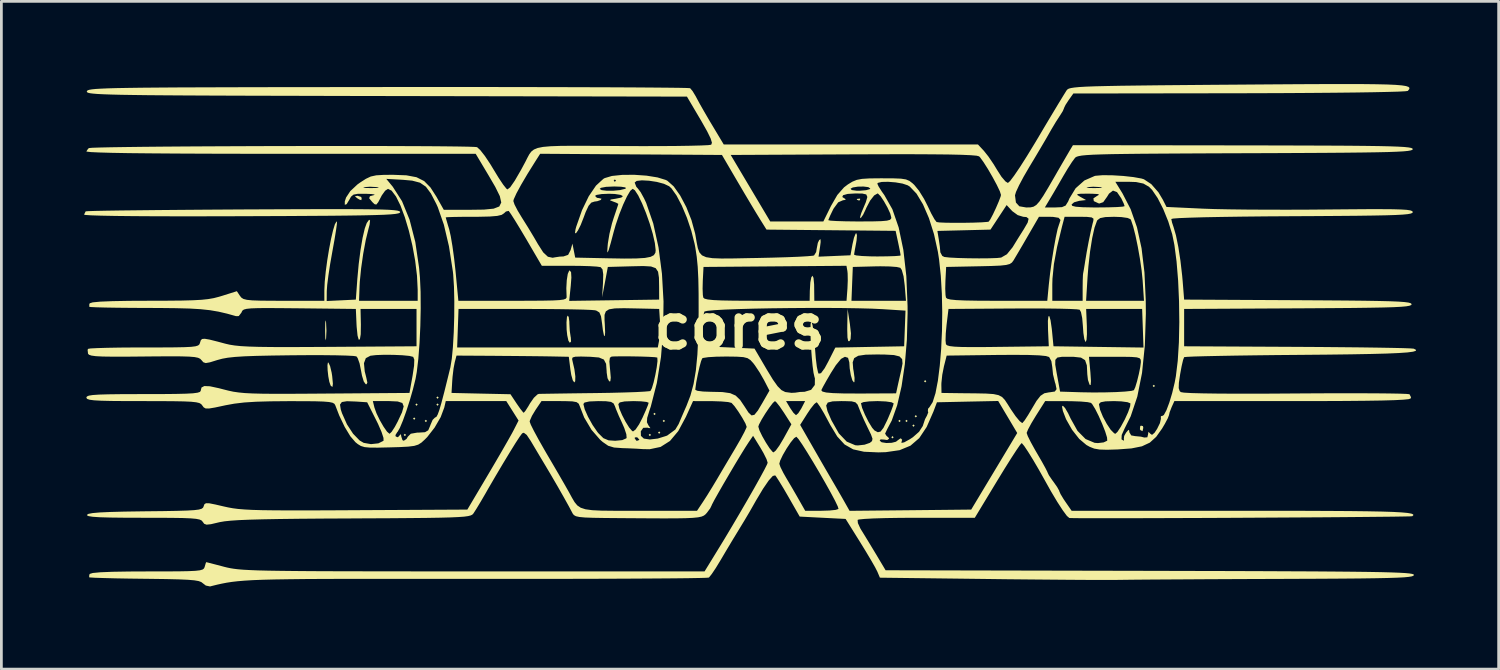
<source format=kicad_pcb>
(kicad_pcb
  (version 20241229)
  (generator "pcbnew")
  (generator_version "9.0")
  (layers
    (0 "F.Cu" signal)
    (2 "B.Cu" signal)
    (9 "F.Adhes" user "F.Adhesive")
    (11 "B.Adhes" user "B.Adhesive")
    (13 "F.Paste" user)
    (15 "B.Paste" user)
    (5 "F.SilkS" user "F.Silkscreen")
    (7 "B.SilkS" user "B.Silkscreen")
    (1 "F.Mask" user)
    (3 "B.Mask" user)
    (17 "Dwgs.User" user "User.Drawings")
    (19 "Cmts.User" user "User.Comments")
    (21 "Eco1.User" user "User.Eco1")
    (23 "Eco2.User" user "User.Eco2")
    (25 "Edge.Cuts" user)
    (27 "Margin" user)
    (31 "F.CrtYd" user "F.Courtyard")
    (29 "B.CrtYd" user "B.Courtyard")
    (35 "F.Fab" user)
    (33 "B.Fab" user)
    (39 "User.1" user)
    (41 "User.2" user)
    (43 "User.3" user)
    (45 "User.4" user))
  (footprint "cores"
    (layer "F.Cu")
    (at 23.791 8.796)
    (property "Reference" "cores" (at 0 0 0) (layer "F.SilkS") (effects (font (size 1.524 1.524) (thickness 0.3))))
    (attr board_only exclude_from_pos_files exclude_from_bom)
    (fp_poly (pts (xy -12.107 3.937) (xy -12.15 3.979) (xy -12.192 3.937) (xy -12.15 3.895)) (stroke (width 0) (type solid)) (fill yes) (layer "F.SilkS"))
    (fp_poly (pts (xy -11.769 3.344) (xy -11.811 3.387) (xy -11.853 3.344) (xy -11.811 3.302)) (stroke (width 0) (type solid)) (fill yes) (layer "F.SilkS"))
    (fp_poly (pts (xy -11.684 2.836) (xy -11.726 2.879) (xy -11.769 2.836) (xy -11.726 2.794)) (stroke (width 0) (type solid)) (fill yes) (layer "F.SilkS"))
    (fp_poly (pts (xy -11.345 3.429) (xy -11.388 3.471) (xy -11.43 3.429) (xy -11.388 3.387)) (stroke (width 0) (type solid)) (fill yes) (layer "F.SilkS"))
    (fp_poly (pts (xy -10.922 2.582) (xy -10.964 2.625) (xy -11.007 2.582) (xy -10.964 2.54)) (stroke (width 0) (type solid)) (fill yes) (layer "F.SilkS"))
    (fp_poly (pts (xy -10.922 2.836) (xy -10.964 2.879) (xy -11.007 2.836) (xy -10.964 2.794)) (stroke (width 0) (type solid)) (fill yes) (layer "F.SilkS"))
    (fp_poly (pts (xy -3.217 3.937) (xy -3.26 3.979) (xy -3.302 3.937) (xy -3.26 3.895)) (stroke (width 0) (type solid)) (fill yes) (layer "F.SilkS"))
    (fp_poly (pts (xy -3.048 3.175) (xy -3.09 3.217) (xy -3.133 3.175) (xy -3.09 3.133)) (stroke (width 0) (type solid)) (fill yes) (layer "F.SilkS"))
    (fp_poly (pts (xy -2.879 3.852) (xy -2.921 3.895) (xy -2.963 3.852) (xy -2.921 3.81)) (stroke (width 0) (type solid)) (fill yes) (layer "F.SilkS"))
    (fp_poly (pts (xy -2.709 3.429) (xy -2.752 3.471) (xy -2.794 3.429) (xy -2.752 3.387)) (stroke (width 0) (type solid)) (fill yes) (layer "F.SilkS"))
    (fp_poly (pts (xy 5.588 4.022) (xy 5.546 4.064) (xy 5.503 4.022) (xy 5.546 3.979)) (stroke (width 0) (type solid)) (fill yes) (layer "F.SilkS"))
    (fp_poly (pts (xy 5.842 3.429) (xy 5.8 3.471) (xy 5.757 3.429) (xy 5.8 3.387)) (stroke (width 0) (type solid)) (fill yes) (layer "F.SilkS"))
    (fp_poly (pts (xy 6.096 3.429) (xy 6.054 3.471) (xy 6.011 3.429) (xy 6.054 3.387)) (stroke (width 0) (type solid)) (fill yes) (layer "F.SilkS"))
    (fp_poly (pts (xy 6.35 3.598) (xy 6.308 3.641) (xy 6.265 3.598) (xy 6.308 3.556)) (stroke (width 0) (type solid)) (fill yes) (layer "F.SilkS"))
    (fp_poly (pts (xy 6.435 3.26) (xy 6.392 3.302) (xy 6.35 3.26) (xy 6.392 3.217)) (stroke (width 0) (type solid)) (fill yes) (layer "F.SilkS"))
    (fp_poly (pts (xy 6.773 1.99) (xy 6.731 2.032) (xy 6.689 1.99) (xy 6.731 1.947)) (stroke (width 0) (type solid)) (fill yes) (layer "F.SilkS"))
    (fp_poly (pts (xy 15.071 2.159) (xy 15.028 2.201) (xy 14.986 2.159) (xy 15.028 2.117)) (stroke (width 0) (type solid)) (fill yes) (layer "F.SilkS"))
    (fp_poly (pts (xy 4.374 -4.628) (xy 4.363 -4.578) (xy 4.318 -4.572) (xy 4.248 -4.603) (xy 4.262 -4.628) (xy 4.362 -4.639)) (stroke (width 0) (type solid)) (fill yes) (layer "F.SilkS"))
    (fp_poly (pts (xy 14.635 3.618) (xy 14.647 3.678) (xy 14.619 3.8) (xy 14.546 3.764) (xy 14.524 3.731) (xy 14.535 3.622) (xy 14.561 3.599)) (stroke (width 0) (type solid)) (fill yes) (layer "F.SilkS"))
    (fp_poly (pts (xy -13.739 -4.701) (xy -13.716 -4.657) (xy -13.729 -4.583) (xy -13.802 -4.605) (xy -13.885 -4.657) (xy -13.963 -4.722) (xy -13.883 -4.74) (xy -13.864 -4.74)) (stroke (width 0) (type solid)) (fill yes) (layer "F.SilkS"))
    (fp_poly (pts (xy 3.999 -0.097) (xy 4.038 0.249) (xy 4.026 0.458) (xy 3.988 0.533) (xy 3.939 0.534) (xy 3.912 0.403) (xy 3.904 0.125) (xy 3.905 -0.004) (xy 3.916 -0.635)) (stroke (width 0) (type solid)) (fill yes) (layer "F.SilkS"))
    (fp_poly (pts (xy -15.013 -0.182) (xy -15.009 -0.146) (xy -14.995 0.153) (xy -15.008 0.437) (xy -15.01 0.446) (xy -15.026 0.505) (xy -15.037 0.414) (xy -15.043 0.193) (xy -15.043 0.127) (xy -15.039 -0.113) (xy -15.028 -0.222)) (stroke (width 0) (type solid)) (fill yes) (layer "F.SilkS"))
    (fp_poly (pts (xy -14.922 1.312) (xy -14.862 1.442) (xy -14.807 1.673) (xy -14.787 1.799) (xy -14.761 2.077) (xy -14.776 2.195) (xy -14.832 2.158) (xy -14.846 2.138) (xy -14.891 2.008) (xy -14.928 1.809) (xy -14.952 1.591) (xy -14.958 1.407) (xy -14.942 1.311)) (stroke (width 0) (type solid)) (fill yes) (layer "F.SilkS"))
    (fp_poly (pts (xy -6.204 -0.346) (xy -6.181 -0.177) (xy -6.18 -0.111) (xy -6.165 0.158) (xy -6.132 0.384) (xy -6.127 0.402) (xy -6.119 0.549) (xy -6.163 0.593) (xy -6.215 0.516) (xy -6.258 0.318) (xy -6.279 0.119) (xy -6.284 -0.147) (xy -6.268 -0.336) (xy -6.244 -0.394)) (stroke (width 0) (type solid)) (fill yes) (layer "F.SilkS"))
    (fp_poly (pts (xy -14.378 -4.257) (xy -13.811 -4.255) (xy -13.356 -4.25) (xy -13 -4.243) (xy -12.734 -4.233) (xy -12.544 -4.219) (xy -12.42 -4.203) (xy -12.349 -4.182) (xy -12.321 -4.159) (xy -12.319 -4.149) (xy -12.335 -4.123) (xy -12.389 -4.102) (xy -12.494 -4.083) (xy -12.661 -4.067) (xy -12.901 -4.053) (xy -13.226 -4.042) (xy -13.648 -4.032) (xy -14.177 -4.024) (xy -14.825 -4.017) (xy -15.603 -4.012) (xy -16.524 -4.006) (xy -17.598 -4.002) (xy -18.055 -4) (xy -19.223 -3.997) (xy -20.274 -3.996) (xy -21.201 -3.998) (xy -21.998 -4.003) (xy -22.657 -4.01) (xy -23.172 -4.02) (xy -23.537 -4.032) (xy -23.744 -4.046) (xy -23.791 -4.058) (xy -23.735 -4.172) (xy -23.728 -4.177) (xy -23.634 -4.184) (xy -23.386 -4.192) (xy -22.996 -4.2) (xy -22.479 -4.208) (xy -21.849 -4.215) (xy -21.12 -4.223) (xy -20.305 -4.23) (xy -19.42 -4.237) (xy -18.478 -4.243) (xy -17.992 -4.246) (xy -16.863 -4.251) (xy -15.892 -4.255) (xy -15.068 -4.257)) (stroke (width 0) (type solid)) (fill yes) (layer "F.SilkS"))
    (fp_poly (pts (xy 22.585 -8.795) (xy 23.094 -8.789) (xy 23.497 -8.78) (xy 23.806 -8.766) (xy 24.03 -8.747) (xy 24.181 -8.723) (xy 24.269 -8.693) (xy 24.305 -8.657) (xy 24.299 -8.615) (xy 24.262 -8.566) (xy 24.244 -8.546) (xy 24.148 -8.534) (xy 23.897 -8.521) (xy 23.502 -8.51) (xy 22.977 -8.499) (xy 22.335 -8.489) (xy 21.589 -8.481) (xy 20.752 -8.474) (xy 19.837 -8.468) (xy 18.857 -8.464) (xy 18.139 -8.462) (xy 12.109 -8.453) (xy 11.939 -8.214) (xy 11.824 -8.038) (xy 11.769 -7.923) (xy 11.769 -7.916) (xy 11.725 -7.813) (xy 11.618 -7.642) (xy 11.611 -7.633) (xy 11.474 -7.421) (xy 11.31 -7.147) (xy 11.242 -7.027) (xy 11.111 -6.798) (xy 10.919 -6.471) (xy 10.695 -6.094) (xy 10.511 -5.788) (xy 10.306 -5.436) (xy 10.139 -5.122) (xy 10.028 -4.883) (xy 9.991 -4.758) (xy 10.025 -4.496) (xy 10.149 -4.36) (xy 10.394 -4.318) (xy 10.422 -4.318) (xy 10.555 -4.321) (xy 10.663 -4.345) (xy 10.765 -4.408) (xy 10.877 -4.533) (xy 11.017 -4.739) (xy 11.202 -5.046) (xy 11.451 -5.476) (xy 11.515 -5.588) (xy 11.696 -5.901) (xy 11.856 -6.176) (xy 11.967 -6.366) (xy 11.987 -6.4) (xy 12.094 -6.578) (xy 18.26 -6.57) (xy 19.441 -6.568) (xy 20.463 -6.565) (xy 21.338 -6.562) (xy 22.077 -6.558) (xy 22.691 -6.552) (xy 23.191 -6.545) (xy 23.588 -6.536) (xy 23.893 -6.525) (xy 24.117 -6.512) (xy 24.271 -6.496) (xy 24.367 -6.478) (xy 24.415 -6.456) (xy 24.426 -6.435) (xy 24.411 -6.41) (xy 24.357 -6.389) (xy 24.253 -6.37) (xy 24.089 -6.354) (xy 23.853 -6.341) (xy 23.533 -6.329) (xy 23.12 -6.32) (xy 22.601 -6.312) (xy 21.965 -6.305) (xy 21.203 -6.299) (xy 20.301 -6.294) (xy 19.249 -6.289) (xy 18.364 -6.286) (xy 17.201 -6.282) (xy 16.196 -6.277) (xy 15.337 -6.272) (xy 14.612 -6.267) (xy 14.009 -6.26) (xy 13.517 -6.253) (xy 13.124 -6.243) (xy 12.818 -6.232) (xy 12.588 -6.218) (xy 12.421 -6.202) (xy 12.307 -6.182) (xy 12.233 -6.16) (xy 12.187 -6.134) (xy 12.169 -6.117) (xy 12.06 -5.969) (xy 11.904 -5.726) (xy 11.746 -5.461) (xy 11.563 -5.143) (xy 11.382 -4.833) (xy 11.265 -4.636) (xy 11.075 -4.318) (xy 11.455 -4.318) (xy 11.695 -4.329) (xy 11.829 -4.387) (xy 11.851 -4.424) (xy 12.043 -4.424) (xy 12.069 -4.376) (xy 12.197 -4.344) (xy 12.448 -4.326) (xy 12.841 -4.318) (xy 12.989 -4.318) (xy 13.374 -4.322) (xy 13.688 -4.332) (xy 13.898 -4.347) (xy 13.97 -4.365) (xy 13.935 -4.465) (xy 13.85 -4.643) (xy 13.846 -4.651) (xy 13.693 -4.875) (xy 13.547 -4.93) (xy 13.403 -4.819) (xy 13.332 -4.704) (xy 13.193 -4.51) (xy 13.053 -4.461) (xy 13.024 -4.467) (xy 12.851 -4.548) (xy 12.837 -4.648) (xy 12.97 -4.737) (xy 13.045 -4.78) (xy 12.991 -4.805) (xy 12.791 -4.816) (xy 12.658 -4.818) (xy 12.384 -4.816) (xy 12.257 -4.803) (xy 12.255 -4.769) (xy 12.356 -4.706) (xy 12.36 -4.704) (xy 12.57 -4.587) (xy 12.324 -4.558) (xy 12.136 -4.505) (xy 12.043 -4.424) (xy 11.851 -4.424) (xy 11.92 -4.535) (xy 11.966 -4.644) (xy 12.189 -5.011) (xy 12.218 -5.038) (xy 12.584 -5.038) (xy 12.68 -5.025) (xy 12.869 -5.021) (xy 13.078 -5.026) (xy 13.157 -5.04) (xy 13.102 -5.056) (xy 12.829 -5.07) (xy 12.636 -5.056) (xy 12.584 -5.038) (xy 12.218 -5.038) (xy 12.456 -5.249) (xy 13.633 -5.249) (xy 13.891 -4.83) (xy 14.188 -4.255) (xy 14.418 -3.597) (xy 14.584 -2.838) (xy 14.689 -1.962) (xy 14.736 -0.95) (xy 14.74 -0.466) (xy 14.704 0.686) (xy 14.601 1.688) (xy 14.43 2.545) (xy 14.189 3.263) (xy 13.968 3.705) (xy 13.864 3.937) (xy 13.856 4.096) (xy 13.938 4.149) (xy 13.947 4.097) (xy 13.94 4.084) (xy 13.953 3.974) (xy 14.02 3.856) (xy 14.109 3.751) (xy 14.138 3.782) (xy 14.139 3.836) (xy 14.209 3.954) (xy 14.344 3.979) (xy 14.563 4) (xy 14.683 4.031) (xy 14.794 4.023) (xy 14.818 3.925) (xy 14.833 3.824) (xy 14.891 3.88) (xy 14.895 3.888) (xy 14.964 3.935) (xy 15.055 3.858) (xy 15.148 3.718) (xy 15.251 3.508) (xy 15.288 3.345) (xy 15.283 3.319) (xy 15.287 3.247) (xy 15.319 3.256) (xy 15.392 3.215) (xy 15.487 3.04) (xy 15.591 2.763) (xy 15.695 2.418) (xy 15.786 2.037) (xy 15.829 1.808) (xy 15.897 1.247) (xy 15.939 0.578) (xy 15.954 -0.157) (xy 15.944 -0.918) (xy 15.911 -1.666) (xy 15.854 -2.358) (xy 15.776 -2.956) (xy 15.697 -3.344) (xy 15.552 -3.812) (xy 15.369 -4.263) (xy 15.168 -4.658) (xy 14.967 -4.954) (xy 14.852 -5.07) (xy 14.65 -5.185) (xy 14.387 -5.24) (xy 14.129 -5.249) (xy 13.633 -5.249) (xy 12.456 -5.249) (xy 12.51 -5.297) (xy 12.882 -5.46) (xy 12.919 -5.468) (xy 13.175 -5.489) (xy 13.529 -5.485) (xy 13.921 -5.461) (xy 14.291 -5.42) (xy 14.58 -5.368) (xy 14.669 -5.341) (xy 14.936 -5.165) (xy 15.196 -4.868) (xy 15.355 -4.602) (xy 15.489 -4.336) (xy 16.817 -4.274) (xy 17.222 -4.26) (xy 17.766 -4.249) (xy 18.417 -4.241) (xy 19.146 -4.237) (xy 19.921 -4.236) (xy 20.712 -4.239) (xy 21.286 -4.244) (xy 22.106 -4.251) (xy 22.772 -4.256) (xy 23.3 -4.256) (xy 23.705 -4.253) (xy 24.003 -4.244) (xy 24.208 -4.231) (xy 24.337 -4.211) (xy 24.404 -4.186) (xy 24.426 -4.154) (xy 24.426 -4.149) (xy 24.41 -4.12) (xy 24.352 -4.096) (xy 24.239 -4.075) (xy 24.058 -4.058) (xy 23.797 -4.044) (xy 23.441 -4.033) (xy 22.979 -4.024) (xy 22.397 -4.016) (xy 21.681 -4.01) (xy 20.819 -4.004) (xy 20.045 -4) (xy 19.096 -3.994) (xy 18.239 -3.985) (xy 17.486 -3.974) (xy 16.848 -3.962) (xy 16.335 -3.947) (xy 15.96 -3.932) (xy 15.732 -3.915) (xy 15.663 -3.899) (xy 15.691 -3.768) (xy 15.746 -3.603) (xy 15.832 -3.306) (xy 15.918 -2.884) (xy 15.995 -2.384) (xy 16.057 -1.848) (xy 16.075 -1.651) (xy 16.129 -0.974) (xy 20.256 -0.952) (xy 21.21 -0.946) (xy 22.008 -0.94) (xy 22.663 -0.933) (xy 23.189 -0.924) (xy 23.599 -0.914) (xy 23.907 -0.901) (xy 24.126 -0.885) (xy 24.269 -0.866) (xy 24.35 -0.843) (xy 24.382 -0.815) (xy 24.384 -0.804) (xy 24.366 -0.775) (xy 24.305 -0.751) (xy 24.186 -0.73) (xy 23.996 -0.713) (xy 23.722 -0.699) (xy 23.351 -0.688) (xy 22.868 -0.679) (xy 22.261 -0.671) (xy 21.517 -0.665) (xy 20.621 -0.659) (xy 20.256 -0.657) (xy 16.129 -0.635) (xy 16.129 0.72) (xy 20.235 0.741) (xy 21.056 0.746) (xy 21.827 0.753) (xy 22.531 0.76) (xy 23.152 0.769) (xy 23.672 0.778) (xy 24.075 0.787) (xy 24.343 0.797) (xy 24.46 0.807) (xy 24.462 0.807) (xy 24.542 0.849) (xy 24.536 0.885) (xy 24.436 0.916) (xy 24.231 0.943) (xy 23.913 0.965) (xy 23.473 0.984) (xy 22.9 0.999) (xy 22.185 1.012) (xy 21.32 1.023) (xy 20.303 1.032) (xy 19.484 1.039) (xy 18.716 1.048) (xy 18.017 1.058) (xy 17.404 1.069) (xy 16.892 1.08) (xy 16.498 1.091) (xy 16.239 1.103) (xy 16.131 1.114) (xy 16.129 1.115) (xy 16.09 1.219) (xy 16.038 1.442) (xy 15.984 1.734) (xy 15.938 2.048) (xy 15.932 2.238) (xy 15.967 2.343) (xy 16.009 2.383) (xy 16.123 2.402) (xy 16.398 2.418) (xy 16.826 2.429) (xy 17.397 2.437) (xy 18.104 2.44) (xy 18.938 2.44) (xy 19.891 2.434) (xy 20.169 2.432) (xy 20.982 2.427) (xy 21.745 2.424) (xy 22.44 2.425) (xy 23.05 2.427) (xy 23.559 2.432) (xy 23.949 2.439) (xy 24.205 2.449) (xy 24.307 2.46) (xy 24.307 2.46) (xy 24.363 2.57) (xy 24.348 2.615) (xy 24.274 2.639) (xy 24.08 2.658) (xy 23.758 2.675) (xy 23.302 2.688) (xy 22.705 2.697) (xy 21.959 2.704) (xy 21.057 2.708) (xy 20.032 2.709) (xy 15.775 2.709) (xy 15.677 2.925) (xy 15.604 3.111) (xy 15.579 3.22) (xy 15.537 3.331) (xy 15.43 3.533) (xy 15.33 3.703) (xy 15.115 4.006) (xy 14.884 4.216) (xy 14.597 4.35) (xy 14.218 4.426) (xy 13.722 4.463) (xy 13.331 4.475) (xy 13.061 4.467) (xy 12.866 4.433) (xy 12.7 4.367) (xy 12.582 4.301) (xy 12.321 4.08) (xy 12.062 3.75) (xy 11.844 3.366) (xy 11.729 3.069) (xy 11.697 2.907) (xy 11.729 2.877) (xy 11.809 2.962) (xy 11.918 3.148) (xy 12.013 3.348) (xy 12.26 3.79) (xy 12.552 4.085) (xy 12.879 4.223) (xy 12.998 4.233) (xy 13.208 4.208) (xy 13.335 4.148) (xy 13.339 4.142) (xy 13.331 4.029) (xy 13.264 3.812) (xy 13.156 3.537) (xy 13.029 3.249) (xy 12.901 2.995) (xy 12.801 2.832) (xy 13.039 2.832) (xy 13.079 3.026) (xy 13.181 3.275) (xy 13.319 3.532) (xy 13.464 3.75) (xy 13.591 3.878) (xy 13.636 3.895) (xy 13.71 3.825) (xy 13.831 3.641) (xy 13.971 3.384) (xy 13.972 3.383) (xy 14.095 3.114) (xy 14.17 2.901) (xy 14.18 2.791) (xy 14.075 2.749) (xy 13.851 2.719) (xy 13.584 2.709) (xy 13.274 2.718) (xy 13.103 2.75) (xy 13.041 2.812) (xy 13.039 2.832) (xy 12.801 2.832) (xy 12.793 2.82) (xy 12.749 2.774) (xy 12.628 2.747) (xy 12.382 2.725) (xy 12.052 2.713) (xy 11.872 2.711) (xy 11.087 2.709) (xy 10.751 3.239) (xy 10.588 3.509) (xy 10.468 3.731) (xy 10.415 3.86) (xy 10.415 3.867) (xy 10.455 3.98) (xy 10.564 4.199) (xy 10.721 4.483) (xy 10.795 4.61) (xy 10.965 4.903) (xy 11.096 5.14) (xy 11.168 5.283) (xy 11.176 5.307) (xy 11.223 5.402) (xy 11.34 5.574) (xy 11.388 5.638) (xy 11.52 5.826) (xy 11.594 5.959) (xy 11.599 5.98) (xy 11.644 6.083) (xy 11.756 6.268) (xy 11.823 6.367) (xy 12.046 6.689) (xy 18.21 6.689) (xy 19.425 6.689) (xy 20.48 6.691) (xy 21.386 6.695) (xy 22.153 6.7) (xy 22.79 6.708) (xy 23.306 6.718) (xy 23.713 6.731) (xy 24.02 6.748) (xy 24.237 6.768) (xy 24.374 6.792) (xy 24.44 6.82) (xy 24.446 6.852) (xy 24.406 6.887) (xy 24.316 6.892) (xy 24.073 6.897) (xy 23.694 6.903) (xy 23.194 6.908) (xy 22.589 6.914) (xy 21.896 6.92) (xy 21.131 6.926) (xy 20.311 6.931) (xy 19.45 6.936) (xy 18.567 6.941) (xy 17.677 6.946) (xy 16.795 6.95) (xy 15.94 6.953) (xy 15.125 6.956) (xy 14.369 6.958) (xy 13.687 6.959) (xy 13.095 6.959) (xy 12.61 6.959) (xy 12.247 6.957) (xy 12.024 6.954) (xy 11.963 6.951) (xy 11.875 6.876) (xy 11.725 6.673) (xy 11.526 6.367) (xy 11.295 5.98) (xy 11.053 5.547) (xy 10.849 5.184) (xy 10.648 4.841) (xy 10.467 4.549) (xy 10.326 4.338) (xy 10.242 4.237) (xy 10.233 4.233) (xy 10.172 4.302) (xy 10.04 4.494) (xy 9.85 4.786) (xy 9.617 5.157) (xy 9.357 5.582) (xy 9.353 5.588) (xy 8.533 6.943) (xy 6.431 6.943) (xy 5.831 6.946) (xy 5.3 6.954) (xy 4.858 6.967) (xy 4.526 6.985) (xy 4.328 7.005) (xy 4.28 7.02) (xy 4.29 7.135) (xy 4.376 7.324) (xy 4.409 7.38) (xy 4.54 7.592) (xy 4.721 7.889) (xy 4.916 8.212) (xy 4.942 8.255) (xy 5.296 8.848) (xy 14.882 8.869) (xy 16.374 8.873) (xy 17.705 8.876) (xy 18.885 8.88) (xy 19.922 8.885) (xy 20.825 8.889) (xy 21.604 8.895) (xy 22.266 8.901) (xy 22.821 8.908) (xy 23.278 8.916) (xy 23.645 8.926) (xy 23.932 8.937) (xy 24.147 8.949) (xy 24.299 8.963) (xy 24.398 8.979) (xy 24.451 8.996) (xy 24.469 9.016) (xy 24.469 9.017) (xy 24.452 9.044) (xy 24.395 9.068) (xy 24.285 9.087) (xy 24.11 9.104) (xy 23.856 9.117) (xy 23.512 9.128) (xy 23.066 9.137) (xy 22.505 9.145) (xy 21.816 9.151) (xy 20.987 9.156) (xy 20.007 9.16) (xy 19.579 9.162) (xy 18.655 9.165) (xy 17.758 9.169) (xy 16.906 9.173) (xy 16.119 9.178) (xy 15.415 9.182) (xy 14.812 9.186) (xy 14.329 9.19) (xy 13.985 9.194) (xy 13.843 9.196) (xy 13.582 9.199) (xy 13.173 9.199) (xy 12.638 9.198) (xy 11.998 9.194) (xy 11.276 9.188) (xy 10.494 9.181) (xy 9.671 9.173) (xy 9.043 9.165) (xy 5.089 9.117) (xy 4.996 8.897) (xy 4.915 8.739) (xy 4.765 8.477) (xy 4.568 8.147) (xy 4.374 7.832) (xy 3.845 6.985) (xy 3.012 6.943) (xy 2.179 6.9) (xy 1.775 6.193) (xy 1.592 5.878) (xy 1.433 5.617) (xy 1.322 5.446) (xy 1.289 5.404) (xy 1.202 5.426) (xy 1.053 5.592) (xy 0.848 5.891) (xy 0.596 6.312) (xy 0.482 6.513) (xy 0.357 6.732) (xy 0.179 7.032) (xy -0.013 7.348) (xy -0.02 7.36) (xy -0.25 7.737) (xy -0.503 8.16) (xy -0.696 8.487) (xy -0.866 8.766) (xy -1.013 8.985) (xy -1.109 9.105) (xy -1.12 9.113) (xy -1.215 9.121) (xy -1.468 9.128) (xy -1.868 9.135) (xy -2.402 9.141) (xy -3.06 9.146) (xy -3.829 9.151) (xy -4.698 9.155) (xy -5.655 9.158) (xy -6.69 9.16) (xy -7.79 9.161) (xy -8.943 9.161) (xy -9.6 9.161) (xy -10.986 9.16) (xy -12.213 9.159) (xy -13.294 9.159) (xy -14.237 9.16) (xy -15.056 9.162) (xy -15.761 9.166) (xy -16.363 9.173) (xy -16.872 9.181) (xy -17.301 9.192) (xy -17.66 9.206) (xy -17.959 9.224) (xy -18.212 9.245) (xy -18.427 9.27) (xy -18.616 9.299) (xy -18.791 9.333) (xy -18.963 9.371) (xy -19.141 9.415) (xy -19.219 9.435) (xy -19.372 9.403) (xy -19.477 9.322) (xy -19.537 9.276) (xy -19.633 9.24) (xy -19.788 9.213) (xy -20.023 9.193) (xy -20.358 9.178) (xy -20.816 9.167) (xy -21.416 9.159) (xy -21.591 9.157) (xy -22.152 9.15) (xy -22.655 9.141) (xy -23.075 9.13) (xy -23.388 9.12) (xy -23.57 9.109) (xy -23.606 9.103) (xy -23.601 9.014) (xy -23.583 8.98) (xy -23.476 8.947) (xy -23.201 8.921) (xy -22.758 8.903) (xy -22.15 8.893) (xy -21.492 8.89) (xy -20.854 8.889) (xy -20.365 8.887) (xy -20.004 8.88) (xy -19.751 8.868) (xy -19.586 8.849) (xy -19.489 8.821) (xy -19.439 8.782) (xy -19.416 8.732) (xy -19.413 8.721) (xy -19.373 8.585) (xy -19.358 8.553) (xy -19.277 8.573) (xy -19.072 8.626) (xy -18.785 8.701) (xy -18.711 8.721) (xy -18.602 8.748) (xy -18.487 8.772) (xy -18.358 8.793) (xy -18.202 8.812) (xy -18.01 8.828) (xy -17.77 8.841) (xy -17.473 8.853) (xy -17.107 8.862) (xy -16.663 8.869) (xy -16.129 8.875) (xy -15.496 8.88) (xy -14.751 8.883) (xy -13.885 8.885) (xy -12.888 8.887) (xy -11.748 8.888) (xy -10.456 8.888) (xy -9.675 8.889) (xy -1.274 8.89) (xy -1.131 8.657) (xy -0.98 8.411) (xy -0.832 8.17) (xy -0.564 7.732) (xy -0.281 7.259) (xy 0.004 6.775) (xy 0.278 6.304) (xy 0.528 5.868) (xy 0.739 5.49) (xy 0.899 5.195) (xy 0.995 5.004) (xy 1.002 4.983) (xy 1.439 4.983) (xy 1.48 5.104) (xy 1.585 5.314) (xy 1.68 5.481) (xy 1.873 5.808) (xy 2.077 6.16) (xy 2.149 6.287) (xy 2.378 6.689) (xy 2.962 6.689) (xy 3.259 6.68) (xy 3.483 6.657) (xy 3.586 6.624) (xy 3.587 6.623) (xy 3.56 6.531) (xy 3.461 6.324) (xy 3.305 6.031) (xy 3.11 5.682) (xy 2.893 5.304) (xy 2.67 4.927) (xy 2.458 4.579) (xy 2.275 4.29) (xy 2.136 4.088) (xy 2.059 4.003) (xy 2.058 4.002) (xy 1.977 4.054) (xy 1.849 4.212) (xy 1.703 4.431) (xy 1.567 4.665) (xy 1.47 4.868) (xy 1.439 4.983) (xy 1.002 4.983) (xy 1.016 4.946) (xy 0.974 4.814) (xy 0.865 4.595) (xy 0.752 4.399) (xy 0.487 3.969) (xy 0.324 4.207) (xy 0.203 4.394) (xy 0.032 4.671) (xy -0.169 5.004) (xy -0.382 5.365) (xy -0.591 5.722) (xy -0.776 6.045) (xy -0.92 6.301) (xy -1.004 6.462) (xy -1.019 6.499) (xy -1.07 6.603) (xy -1.184 6.756) (xy -1.236 6.815) (xy -1.297 6.863) (xy -1.382 6.9) (xy -1.511 6.927) (xy -1.7 6.946) (xy -1.967 6.958) (xy -2.33 6.964) (xy -2.807 6.965) (xy -3.414 6.962) (xy -4.17 6.957) (xy -4.326 6.956) (xy -4.894 6.951) (xy -5.317 6.944) (xy -5.617 6.933) (xy -5.818 6.914) (xy -5.943 6.886) (xy -6.016 6.845) (xy -6.06 6.789) (xy -6.079 6.752) (xy -6.198 6.528) (xy -6.381 6.199) (xy -6.604 5.807) (xy -6.845 5.393) (xy -7.056 5.038) (xy -7.253 4.709) (xy -7.451 4.376) (xy -7.58 4.158) (xy -7.728 3.936) (xy -7.833 3.857) (xy -7.893 3.88) (xy -7.98 3.997) (xy -8.135 4.234) (xy -8.342 4.569) (xy -8.587 4.973) (xy -8.854 5.423) (xy -9.128 5.893) (xy -9.219 6.054) (xy -9.394 6.354) (xy -9.549 6.611) (xy -9.656 6.778) (xy -9.669 6.796) (xy -9.703 6.83) (xy -9.76 6.858) (xy -9.854 6.882) (xy -9.999 6.902) (xy -10.209 6.917) (xy -10.498 6.93) (xy -10.88 6.94) (xy -11.369 6.948) (xy -11.979 6.954) (xy -12.723 6.96) (xy -13.616 6.964) (xy -14.097 6.967) (xy -15.118 6.972) (xy -15.983 6.979) (xy -16.707 6.988) (xy -17.303 6.999) (xy -17.785 7.012) (xy -18.168 7.028) (xy -18.464 7.048) (xy -18.689 7.071) (xy -18.856 7.099) (xy -18.909 7.111) (xy -19.186 7.176) (xy -19.346 7.193) (xy -19.432 7.161) (xy -19.485 7.089) (xy -19.524 7.043) (xy -19.596 7.008) (xy -19.723 6.982) (xy -19.923 6.964) (xy -20.219 6.952) (xy -20.629 6.946) (xy -21.173 6.943) (xy -21.644 6.943) (xy -22.315 6.941) (xy -22.834 6.935) (xy -23.214 6.924) (xy -23.472 6.907) (xy -23.623 6.884) (xy -23.684 6.854) (xy -23.686 6.837) (xy -23.631 6.801) (xy -23.483 6.773) (xy -23.226 6.75) (xy -22.847 6.733) (xy -22.33 6.719) (xy -21.659 6.709) (xy -21.571 6.708) (xy -20.924 6.701) (xy -20.426 6.692) (xy -20.057 6.681) (xy -19.797 6.666) (xy -19.627 6.645) (xy -19.526 6.616) (xy -19.474 6.578) (xy -19.451 6.529) (xy -19.451 6.527) (xy -19.423 6.451) (xy -19.366 6.415) (xy -19.244 6.418) (xy -19.023 6.462) (xy -18.731 6.53) (xy -18.563 6.567) (xy -18.392 6.598) (xy -18.199 6.623) (xy -17.969 6.642) (xy -17.686 6.657) (xy -17.331 6.667) (xy -16.89 6.673) (xy -16.345 6.676) (xy -15.68 6.676) (xy -14.877 6.673) (xy -13.967 6.668) (xy -9.882 6.646) (xy -9.129 5.376) (xy -8.868 4.933) (xy -8.624 4.514) (xy -8.417 4.153) (xy -8.264 3.881) (xy -8.2 3.761) (xy -8.044 3.455) (xy -7.62 3.455) (xy -7.579 3.566) (xy -7.466 3.792) (xy -7.297 4.104) (xy -7.088 4.472) (xy -7.014 4.6) (xy -6.773 5.011) (xy -6.543 5.405) (xy -6.349 5.742) (xy -6.213 5.981) (xy -6.196 6.011) (xy -6.084 6.217) (xy -5.99 6.376) (xy -5.892 6.495) (xy -5.767 6.579) (xy -5.594 6.635) (xy -5.351 6.668) (xy -5.015 6.684) (xy -4.565 6.689) (xy -3.978 6.689) (xy -3.639 6.689) (xy -1.547 6.689) (xy -1.335 6.371) (xy -1.177 6.126) (xy -0.982 5.809) (xy -0.824 5.546) (xy -0.633 5.221) (xy -0.4 4.828) (xy -0.171 4.443) (xy -0.136 4.383) (xy 0.038 4.082) (xy 0.171 3.833) (xy 0.245 3.673) (xy 0.254 3.64) (xy 0.252 3.636) (xy 0.677 3.636) (xy 0.718 3.772) (xy 0.819 3.981) (xy 0.952 4.214) (xy 1.086 4.421) (xy 1.194 4.55) (xy 1.229 4.571) (xy 1.31 4.503) (xy 1.441 4.322) (xy 1.592 4.068) (xy 1.596 4.061) (xy 1.865 3.572) (xy 2.195 3.572) (xy 2.712 4.474) (xy 2.931 4.855) (xy 3.137 5.212) (xy 3.305 5.501) (xy 3.405 5.673) (xy 3.56 5.939) (xy 3.735 6.243) (xy 3.784 6.33) (xy 3.988 6.691) (xy 6.195 6.669) (xy 8.402 6.646) (xy 9.237 5.257) (xy 10.072 3.867) (xy 9.904 3.584) (xy 9.742 3.311) (xy 9.572 3.026) (xy 9.559 3.003) (xy 9.381 2.705) (xy 8.27 2.728) (xy 7.159 2.752) (xy 7.03 3.093) (xy 6.786 3.648) (xy 6.517 4.052) (xy 6.198 4.327) (xy 5.803 4.49) (xy 5.303 4.562) (xy 5.03 4.57) (xy 4.513 4.547) (xy 4.118 4.46) (xy 3.808 4.284) (xy 3.543 3.996) (xy 3.286 3.572) (xy 3.23 3.466) (xy 3.064 3.158) (xy 2.92 2.916) (xy 2.887 2.87) (xy 3.139 2.87) (xy 3.186 3.072) (xy 3.325 3.394) (xy 3.334 3.413) (xy 3.598 3.88) (xy 3.885 4.18) (xy 4.196 4.311) (xy 4.288 4.318) (xy 4.533 4.291) (xy 4.723 4.225) (xy 4.725 4.224) (xy 4.803 4.16) (xy 4.82 4.075) (xy 4.767 3.924) (xy 4.652 3.688) (xy 4.51 3.391) (xy 4.387 3.109) (xy 4.336 2.978) (xy 4.278 2.834) (xy 4.233 2.787) (xy 4.403 2.787) (xy 4.443 2.955) (xy 4.545 3.2) (xy 4.676 3.461) (xy 4.807 3.676) (xy 4.892 3.774) (xy 5.013 3.839) (xy 5.113 3.815) (xy 5.218 3.679) (xy 5.35 3.411) (xy 5.386 3.331) (xy 5.495 3.072) (xy 5.568 2.872) (xy 5.588 2.792) (xy 5.51 2.751) (xy 5.306 2.722) (xy 5.017 2.709) (xy 4.995 2.709) (xy 4.703 2.719) (xy 4.492 2.746) (xy 4.403 2.784) (xy 4.403 2.787) (xy 4.233 2.787) (xy 4.202 2.754) (xy 4.062 2.718) (xy 3.814 2.71) (xy 3.687 2.709) (xy 3.375 2.718) (xy 3.197 2.762) (xy 3.139 2.87) (xy 2.887 2.87) (xy 2.819 2.775) (xy 2.789 2.752) (xy 2.707 2.818) (xy 2.572 2.988) (xy 2.455 3.162) (xy 2.195 3.572) (xy 1.865 3.572) (xy 1.877 3.551) (xy 1.607 3.13) (xy 1.454 2.905) (xy 1.333 2.753) (xy 1.281 2.709) (xy 1.684 2.709) (xy 1.834 2.963) (xy 1.951 3.133) (xy 2.04 3.216) (xy 2.048 3.217) (xy 2.126 3.15) (xy 2.232 2.985) (xy 2.244 2.963) (xy 2.375 2.709) (xy 1.684 2.709) (xy 1.281 2.709) (xy 1.206 2.775) (xy 1.079 2.941) (xy 0.932 3.159) (xy 0.796 3.381) (xy 0.702 3.56) (xy 0.677 3.636) (xy 0.252 3.636) (xy 0.209 3.519) (xy 0.097 3.318) (xy -0.047 3.09) (xy -0.189 2.891) (xy -0.294 2.775) (xy -0.296 2.774) (xy -0.416 2.744) (xy -0.659 2.722) (xy -0.974 2.711) (xy -1.036 2.711) (xy -1.692 2.709) (xy -1.951 3.281) (xy -2.228 3.797) (xy -2.529 4.156) (xy -2.87 4.372) (xy -3.267 4.456) (xy -3.514 4.451) (xy -3.744 4.436) (xy -4.057 4.422) (xy -4.254 4.416) (xy -4.558 4.394) (xy -4.771 4.33) (xy -4.969 4.193) (xy -5.064 4.11) (xy -5.376 3.752) (xy -5.642 3.305) (xy -5.8 2.9) (xy -5.835 2.815) (xy -5.671 2.815) (xy -5.623 3.008) (xy -5.502 3.28) (xy -5.339 3.573) (xy -5.162 3.831) (xy -5.128 3.873) (xy -4.946 4.054) (xy -4.758 4.133) (xy -4.519 4.149) (xy -4.261 4.125) (xy -4.116 4.062) (xy -4.114 4.059) (xy -3.81 4.059) (xy -3.749 4.145) (xy -3.725 4.149) (xy -3.643 4.12) (xy -3.641 4.111) (xy -3.7 4.039) (xy -3.725 4.022) (xy -3.803 4.028) (xy -3.81 4.059) (xy -4.114 4.059) (xy -4.102 4.041) (xy -4.113 3.909) (xy -4.187 3.686) (xy -4.263 3.512) (xy -4.389 3.237) (xy -4.489 2.997) (xy -4.524 2.9) (xy -4.562 2.82) (xy -4.403 2.82) (xy -4.365 2.984) (xy -4.268 3.213) (xy -4.141 3.458) (xy -4.01 3.668) (xy -3.902 3.794) (xy -3.867 3.81) (xy -3.776 3.739) (xy -3.65 3.553) (xy -3.529 3.319) (xy -3.411 3.056) (xy -3.329 2.856) (xy -3.302 2.769) (xy -3.379 2.739) (xy -3.581 2.717) (xy -3.852 2.709) (xy -4.175 2.721) (xy -4.351 2.757) (xy -4.403 2.82) (xy -4.562 2.82) (xy -4.573 2.796) (xy -4.668 2.738) (xy -4.85 2.714) (xy -5.128 2.709) (xy -5.456 2.722) (xy -5.631 2.762) (xy -5.671 2.815) (xy -5.835 2.815) (xy -5.84 2.804) (xy -5.917 2.747) (xy -6.071 2.719) (xy -6.337 2.71) (xy -6.522 2.709) (xy -7.191 2.709) (xy -7.405 3.025) (xy -7.536 3.242) (xy -7.612 3.414) (xy -7.62 3.455) (xy -8.044 3.455) (xy -8.023 3.415) (xy -8.246 3.062) (xy -8.469 2.709) (xy -9.567 2.709) (xy -10.665 2.709) (xy -10.719 2.942) (xy -10.849 3.29) (xy -11.07 3.671) (xy -11.338 4.015) (xy -11.428 4.106) (xy -11.548 4.215) (xy -11.663 4.288) (xy -11.809 4.334) (xy -12.023 4.361) (xy -12.341 4.378) (xy -12.691 4.388) (xy -13.118 4.398) (xy -13.412 4.397) (xy -13.609 4.379) (xy -13.745 4.338) (xy -13.857 4.27) (xy -13.942 4.201) (xy -14.128 3.985) (xy -14.332 3.648) (xy -14.53 3.234) (xy -14.676 2.857) (xy -14.689 2.836) (xy -14.503 2.836) (xy -14.475 3.013) (xy -14.43 3.15) (xy -14.251 3.552) (xy -14.028 3.894) (xy -13.791 4.138) (xy -13.644 4.224) (xy -13.379 4.271) (xy -13.11 4.242) (xy -12.923 4.149) (xy -12.925 4.045) (xy -12.996 3.829) (xy -13.123 3.536) (xy -13.183 3.415) (xy -13.517 2.752) (xy -13.923 2.725) (xy -14.251 2.713) (xy -14.436 2.743) (xy -14.503 2.836) (xy -14.689 2.836) (xy -14.707 2.806) (xy -14.775 2.768) (xy -14.902 2.742) (xy -15.112 2.725) (xy -15.427 2.715) (xy -15.869 2.712) (xy -16.359 2.711) (xy -17.022 2.717) (xy -17.55 2.732) (xy -17.977 2.759) (xy -18.336 2.802) (xy -18.662 2.861) (xy -18.697 2.869) (xy -19.04 2.942) (xy -19.255 2.978) (xy -19.379 2.976) (xy -19.45 2.936) (xy -19.501 2.867) (xy -19.542 2.817) (xy -19.609 2.779) (xy -19.724 2.752) (xy -19.907 2.732) (xy -20.178 2.72) (xy -20.559 2.713) (xy -21.07 2.71) (xy -21.653 2.709) (xy -13.311 2.709) (xy -13.254 2.942) (xy -13.179 3.153) (xy -13.059 3.401) (xy -12.922 3.639) (xy -12.795 3.82) (xy -12.706 3.895) (xy -12.704 3.895) (xy -12.63 3.825) (xy -12.513 3.645) (xy -12.411 3.455) (xy -12.253 3.118) (xy -12.192 2.901) (xy -12.24 2.778) (xy -12.409 2.723) (xy -12.71 2.709) (xy -12.752 2.709) (xy -13.311 2.709) (xy -21.653 2.709) (xy -22.303 2.708) (xy -22.803 2.704) (xy -23.171 2.695) (xy -23.427 2.681) (xy -23.588 2.66) (xy -23.675 2.631) (xy -23.706 2.593) (xy -23.707 2.582) (xy -23.687 2.542) (xy -23.617 2.511) (xy -23.476 2.489) (xy -23.247 2.473) (xy -22.911 2.463) (xy -22.448 2.457) (xy -21.84 2.455) (xy -21.632 2.455) (xy -20.975 2.454) (xy -20.469 2.449) (xy -20.095 2.44) (xy -19.836 2.426) (xy -19.672 2.404) (xy -19.586 2.376) (xy -19.558 2.338) (xy -19.558 2.333) (xy -19.529 2.216) (xy -19.427 2.163) (xy -19.225 2.171) (xy -18.899 2.241) (xy -18.733 2.284) (xy -18.551 2.33) (xy -18.374 2.368) (xy -18.181 2.396) (xy -17.953 2.418) (xy -17.67 2.432) (xy -17.311 2.441) (xy -16.857 2.445) (xy -16.287 2.444) (xy -15.581 2.44) (xy -15.029 2.436) (xy -11.982 2.413) (xy -11.869 1.787) (xy -11.815 1.425) (xy -11.807 1.205) (xy -11.846 1.106) (xy -11.85 1.103) (xy -11.987 1.069) (xy -12.241 1.045) (xy -12.562 1.031) (xy -12.896 1.028) (xy -13.193 1.039) (xy -13.399 1.063) (xy -13.566 1.151) (xy -13.634 1.333) (xy -13.606 1.629) (xy -13.551 1.848) (xy -13.51 2.038) (xy -13.541 2.099) (xy -13.572 2.094) (xy -13.64 1.998) (xy -13.705 1.787) (xy -13.739 1.606) (xy -13.793 1.34) (xy -13.863 1.146) (xy -13.908 1.086) (xy -14.018 1.07) (xy -14.273 1.057) (xy -14.651 1.047) (xy -15.129 1.042) (xy -15.681 1.042) (xy -16.256 1.046) (xy -16.967 1.056) (xy -17.531 1.068) (xy -17.971 1.084) (xy -18.31 1.106) (xy -18.571 1.134) (xy -18.776 1.171) (xy -18.948 1.217) (xy -18.961 1.221) (xy -19.223 1.302) (xy -19.375 1.329) (xy -19.462 1.3) (xy -19.531 1.221) (xy -19.578 1.173) (xy -19.654 1.137) (xy -19.781 1.111) (xy -19.978 1.095) (xy -20.268 1.086) (xy -20.672 1.084) (xy -21.211 1.087) (xy -21.62 1.091) (xy -22.261 1.097) (xy -22.753 1.097) (xy -23.114 1.092) (xy -23.364 1.079) (xy -23.524 1.057) (xy -23.612 1.027) (xy -23.647 0.988) (xy -23.662 0.85) (xy -23.644 0.813) (xy -23.549 0.798) (xy -23.308 0.786) (xy -22.947 0.775) (xy -22.489 0.767) (xy -21.958 0.763) (xy -21.61 0.762) (xy -20.981 0.762) (xy -20.501 0.759) (xy -20.149 0.752) (xy -19.904 0.74) (xy -19.746 0.72) (xy -19.653 0.691) (xy -19.606 0.651) (xy -19.584 0.597) (xy -19.581 0.585) (xy -19.554 0.501) (xy -19.508 0.455) (xy -19.411 0.447) (xy -19.233 0.478) (xy -18.943 0.551) (xy -18.663 0.626) (xy -18.507 0.662) (xy -18.325 0.691) (xy -18.1 0.714) (xy -17.812 0.73) (xy -17.444 0.741) (xy -16.976 0.747) (xy -16.392 0.749) (xy -15.672 0.746) (xy -14.938 0.742) (xy -11.726 0.72) (xy -11.726 -0.635) (xy -13.758 -0.635) (xy -13.745 -0.064) (xy -13.751 0.284) (xy -13.781 0.466) (xy -13.823 0.482) (xy -13.866 0.333) (xy -13.898 0.018) (xy -13.903 -0.064) (xy -13.928 -0.635) (xy -15.975 -0.658) (xy -16.615 -0.664) (xy -17.106 -0.667) (xy -17.469 -0.665) (xy -17.724 -0.656) (xy -17.891 -0.639) (xy -17.991 -0.613) (xy -18.044 -0.575) (xy -18.071 -0.525) (xy -18.077 -0.506) (xy -18.177 -0.376) (xy -18.274 -0.373) (xy -18.604 -0.465) (xy -18.909 -0.536) (xy -19.218 -0.589) (xy -19.561 -0.626) (xy -19.967 -0.65) (xy -20.467 -0.663) (xy -21.09 -0.67) (xy -21.497 -0.671) (xy -22.071 -0.674) (xy -22.587 -0.679) (xy -23.021 -0.686) (xy -23.35 -0.695) (xy -23.55 -0.705) (xy -23.601 -0.713) (xy -23.6 -0.807) (xy -23.583 -0.841) (xy -23.476 -0.874) (xy -23.201 -0.9) (xy -22.758 -0.918) (xy -22.149 -0.929) (xy -21.437 -0.932) (xy -20.77 -0.934) (xy -20.246 -0.939) (xy -19.841 -0.95) (xy -19.529 -0.967) (xy -19.283 -0.993) (xy -19.079 -1.029) (xy -18.89 -1.078) (xy -18.796 -1.106) (xy -18.246 -1.279) (xy -18.13 -1.105) (xy -18.078 -1.042) (xy -18.005 -0.997) (xy -17.883 -0.966) (xy -17.688 -0.946) (xy -17.395 -0.936) (xy -16.978 -0.932) (xy -16.542 -0.931) (xy -15.071 -0.931) (xy -15.071 -1.313) (xy -15.057 -1.622) (xy -15.02 -1.994) (xy -14.966 -2.398) (xy -14.9 -2.802) (xy -14.828 -3.176) (xy -14.755 -3.489) (xy -14.688 -3.709) (xy -14.632 -3.805) (xy -14.613 -3.801) (xy -14.617 -3.71) (xy -14.648 -3.485) (xy -14.701 -3.159) (xy -14.772 -2.765) (xy -14.782 -2.709) (xy -14.86 -2.268) (xy -14.923 -1.853) (xy -14.967 -1.509) (xy -14.983 -1.287) (xy -14.986 -0.923) (xy -14.457 -0.948) (xy -13.928 -0.974) (xy -13.873 -1.736) (xy -13.824 -2.267) (xy -13.759 -2.771) (xy -13.684 -3.213) (xy -13.604 -3.555) (xy -13.533 -3.752) (xy -13.448 -3.872) (xy -13.412 -3.846) (xy -13.43 -3.691) (xy -13.467 -3.55) (xy -13.567 -3.142) (xy -13.661 -2.636) (xy -13.737 -2.105) (xy -13.785 -1.619) (xy -13.793 -1.47) (xy -13.812 -0.931) (xy -11.684 -0.931) (xy -11.684 -1.333) (xy -11.709 -1.841) (xy -11.775 -2.383) (xy -11.876 -2.934) (xy -12.003 -3.469) (xy -12.15 -3.962) (xy -12.308 -4.386) (xy -12.471 -4.716) (xy -12.63 -4.927) (xy -12.761 -4.993) (xy -12.864 -4.926) (xy -12.985 -4.758) (xy -13.005 -4.72) (xy -13.116 -4.508) (xy -13.186 -4.422) (xy -13.251 -4.438) (xy -13.331 -4.514) (xy -13.445 -4.652) (xy -13.416 -4.726) (xy -13.271 -4.766) (xy -13.244 -4.787) (xy -13.36 -4.805) (xy -13.57 -4.814) (xy -13.851 -4.814) (xy -14.013 -4.784) (xy -14.104 -4.708) (xy -14.155 -4.614) (xy -14.262 -4.437) (xy -14.329 -4.415) (xy -14.329 -4.536) (xy -14.283 -4.678) (xy -14.13 -4.91) (xy -13.993 -5.038) (xy -13.663 -5.038) (xy -13.567 -5.025) (xy -13.377 -5.021) (xy -13.168 -5.026) (xy -13.09 -5.04) (xy -13.145 -5.056) (xy -13.418 -5.07) (xy -13.61 -5.056) (xy -13.663 -5.038) (xy -13.993 -5.038) (xy -13.871 -5.152) (xy -13.765 -5.228) (xy -13.567 -5.355) (xy -12.823 -5.355) (xy -12.588 -5.069) (xy -12.252 -4.545) (xy -11.978 -3.873) (xy -11.771 -3.066) (xy -11.634 -2.134) (xy -11.602 -1.778) (xy -11.578 -1.254) (xy -11.574 -0.654) (xy -11.588 -0.019) (xy -11.617 0.606) (xy -11.661 1.178) (xy -11.717 1.654) (xy -11.762 1.905) (xy -11.855 2.279) (xy -11.97 2.679) (xy -12.096 3.071) (xy -12.22 3.416) (xy -12.33 3.679) (xy -12.412 3.823) (xy -12.426 3.836) (xy -12.492 3.944) (xy -12.48 3.994) (xy -12.401 4.022) (xy -12.352 3.967) (xy -12.294 3.907) (xy -12.278 4) (xy -12.236 4.126) (xy -12.189 4.149) (xy -12.088 4.081) (xy -12.041 4) (xy -11.933 3.893) (xy -11.705 3.853) (xy -11.642 3.852) (xy -11.418 3.838) (xy -11.301 3.769) (xy -11.23 3.603) (xy -11.222 3.577) (xy -11.142 3.391) (xy -11.053 3.303) (xy -11.044 3.302) (xy -11.003 3.278) (xy -10.957 3.195) (xy -10.898 3.033) (xy -10.823 2.775) (xy -10.728 2.413) (xy -10.456 2.413) (xy -9.386 2.437) (xy -8.317 2.46) (xy -8.094 2.796) (xy -7.957 2.993) (xy -7.86 3.114) (xy -7.836 3.133) (xy -7.777 3.066) (xy -7.669 2.897) (xy -7.61 2.794) (xy -7.468 2.589) (xy -7.333 2.464) (xy -7.287 2.448) (xy -7.167 2.445) (xy -6.903 2.441) (xy -6.523 2.435) (xy -6.051 2.428) (xy -5.514 2.421) (xy -5.239 2.418) (xy -4.684 2.409) (xy -4.184 2.396) (xy -3.765 2.382) (xy -3.452 2.365) (xy -3.271 2.349) (xy -3.237 2.341) (xy -3.185 2.24) (xy -3.122 2.028) (xy -3.06 1.758) (xy -3.01 1.484) (xy -2.982 1.258) (xy -2.988 1.135) (xy -2.992 1.129) (xy -3.083 1.115) (xy -3.3 1.102) (xy -3.596 1.092) (xy -3.928 1.086) (xy -4.25 1.084) (xy -4.519 1.087) (xy -4.645 1.093) (xy -4.709 1.135) (xy -4.728 1.271) (xy -4.706 1.535) (xy -4.701 1.576) (xy -4.677 1.858) (xy -4.693 1.989) (xy -4.734 1.994) (xy -4.795 1.879) (xy -4.826 1.669) (xy -4.827 1.625) (xy -4.847 1.357) (xy -4.928 1.202) (xy -5.105 1.127) (xy -5.415 1.101) (xy -5.419 1.101) (xy -5.759 1.092) (xy -5.962 1.098) (xy -6.059 1.124) (xy -6.081 1.179) (xy -6.067 1.249) (xy -5.997 1.554) (xy -5.963 1.814) (xy -5.968 1.986) (xy -6.001 2.032) (xy -6.056 1.956) (xy -6.111 1.759) (xy -6.142 1.566) (xy -6.2 1.101) (xy -6.889 1.087) (xy -7.225 1.082) (xy -7.68 1.077) (xy -8.2 1.072) (xy -8.736 1.068) (xy -8.926 1.066) (xy -10.275 1.058) (xy -10.339 1.299) (xy -10.383 1.528) (xy -10.419 1.832) (xy -10.43 1.976) (xy -10.456 2.413) (xy -10.728 2.413) (xy -10.724 2.4) (xy -10.598 1.892) (xy -10.497 1.482) (xy -10.446 1.171) (xy -10.407 0.762) (xy -10.252 0.762) (xy -2.971 0.762) (xy -2.919 0.487) (xy -2.893 0.231) (xy -2.889 -0.088) (xy -2.894 -0.212) (xy -2.921 -0.635) (xy -3.725 -0.653) (xy -4.2 -0.662) (xy -4.53 -0.655) (xy -4.74 -0.621) (xy -4.856 -0.547) (xy -4.903 -0.421) (xy -4.904 -0.231) (xy -4.894 -0.082) (xy -4.882 0.218) (xy -4.894 0.354) (xy -4.924 0.327) (xy -4.963 0.14) (xy -4.993 -0.105) (xy -5.031 -0.368) (xy -5.091 -0.508) (xy -5.198 -0.573) (xy -5.249 -0.587) (xy -5.387 -0.599) (xy -5.671 -0.611) (xy -6.075 -0.62) (xy -6.577 -0.628) (xy -7.152 -0.633) (xy -7.776 -0.635) (xy -7.832 -0.635) (xy -10.202 -0.635) (xy -10.227 0.064) (xy -10.252 0.762) (xy -10.407 0.762) (xy -10.405 0.733) (xy -10.375 0.211) (xy -10.358 -0.354) (xy -10.355 -0.919) (xy -10.367 -1.442) (xy -10.395 -1.881) (xy -10.408 -1.997) (xy -10.549 -2.909) (xy -10.733 -3.69) (xy -10.826 -3.958) (xy -10.667 -3.958) (xy -10.644 -3.872) (xy -10.587 -3.676) (xy -10.541 -3.526) (xy -10.485 -3.28) (xy -10.423 -2.914) (xy -10.363 -2.479) (xy -10.312 -2.023) (xy -10.208 -0.931) (xy -8.238 -0.931) (xy -7.61 -0.932) (xy -7.131 -0.936) (xy -6.782 -0.943) (xy -6.542 -0.956) (xy -6.392 -0.976) (xy -6.312 -1.005) (xy -6.282 -1.044) (xy -6.28 -1.079) (xy -6.29 -1.387) (xy -6.274 -1.677) (xy -6.238 -1.905) (xy -6.187 -2.024) (xy -6.169 -2.032) (xy -6.118 -1.97) (xy -6.107 -1.773) (xy -6.129 -1.48) (xy -6.186 -0.928) (xy -4.553 -0.951) (xy -2.921 -0.974) (xy -2.923 -1.439) (xy -2.929 -1.768) (xy -2.961 -1.986) (xy -3.047 -2.115) (xy -3.217 -2.176) (xy -3.499 -2.192) (xy -3.914 -2.183) (xy -4.784 -2.159) (xy -4.887 -1.609) (xy -4.991 -1.058) (xy -4.959 -1.582) (xy -4.951 -1.89) (xy -4.976 -2.067) (xy -5.04 -2.147) (xy -5.053 -2.153) (xy -5.184 -2.172) (xy -5.445 -2.188) (xy -5.798 -2.198) (xy -6.179 -2.201) (xy -7.179 -2.201) (xy -7.75 -3.178) (xy -7.966 -3.541) (xy -8.154 -3.849) (xy -8.297 -4.074) (xy -8.377 -4.186) (xy -8.385 -4.193) (xy -8.482 -4.17) (xy -8.552 -4.105) (xy -8.637 -4.049) (xy -8.799 -4.011) (xy -9.064 -3.989) (xy -9.46 -3.98) (xy -9.662 -3.979) (xy -10.052 -3.978) (xy -10.372 -3.973) (xy -10.588 -3.966) (xy -10.667 -3.958) (xy -10.667 -3.958) (xy -10.826 -3.958) (xy -10.954 -4.325) (xy -11.01 -4.45) (xy -11.205 -4.826) (xy -11.387 -5.071) (xy -11.599 -5.216) (xy -11.883 -5.291) (xy -12.217 -5.321) (xy -12.823 -5.355) (xy -13.567 -5.355) (xy -13.56 -5.359) (xy -13.386 -5.441) (xy -13.189 -5.484) (xy -12.921 -5.5) (xy -12.585 -5.503) (xy -12.092 -5.484) (xy -11.727 -5.415) (xy -11.449 -5.275) (xy -11.221 -5.044) (xy -11.002 -4.704) (xy -11.001 -4.702) (xy -10.737 -4.233) (xy -9.788 -4.233) (xy -9.281 -4.24) (xy -8.929 -4.274) (xy -8.723 -4.353) (xy -8.651 -4.498) (xy -8.663 -4.551) (xy -8.213 -4.551) (xy -8.169 -4.422) (xy -8.055 -4.201) (xy -7.894 -3.935) (xy -7.89 -3.929) (xy -7.677 -3.589) (xy -7.458 -3.225) (xy -7.32 -2.987) (xy -7.128 -2.687) (xy -6.959 -2.529) (xy -6.786 -2.492) (xy -6.703 -2.508) (xy -6.53 -2.534) (xy -6.395 -2.54) (xy -6.225 -2.597) (xy -6.134 -2.773) (xy -6.069 -3.006) (xy -5.968 -2.498) (xy -4.783 -2.473) (xy -4.194 -2.463) (xy -3.753 -2.467) (xy -3.439 -2.486) (xy -3.233 -2.525) (xy -3.113 -2.587) (xy -3.058 -2.675) (xy -3.048 -2.764) (xy -3.077 -3.024) (xy -3.153 -3.359) (xy -3.265 -3.735) (xy -3.399 -4.116) (xy -3.542 -4.467) (xy -3.681 -4.754) (xy -3.803 -4.941) (xy -3.882 -4.995) (xy -3.97 -4.92) (xy -4.09 -4.717) (xy -4.229 -4.42) (xy -4.37 -4.065) (xy -4.499 -3.685) (xy -4.572 -3.429) (xy -4.679 -3.025) (xy -4.751 -2.778) (xy -4.792 -2.682) (xy -4.804 -2.731) (xy -4.792 -2.916) (xy -4.782 -3.019) (xy -4.726 -3.357) (xy -4.633 -3.741) (xy -4.57 -3.942) (xy -4.482 -4.202) (xy -4.421 -4.385) (xy -4.403 -4.448) (xy -4.472 -4.487) (xy -4.593 -4.533) (xy -4.705 -4.578) (xy -4.676 -4.607) (xy -4.508 -4.633) (xy -4.295 -4.677) (xy -4.236 -4.728) (xy -4.319 -4.774) (xy -4.53 -4.807) (xy -4.741 -4.815) (xy -5.009 -4.804) (xy -5.193 -4.773) (xy -5.249 -4.737) (xy -5.18 -4.668) (xy -5.108 -4.657) (xy -5.012 -4.635) (xy -5.043 -4.589) (xy -5.167 -4.545) (xy -5.271 -4.531) (xy -5.385 -4.493) (xy -5.483 -4.377) (xy -5.589 -4.149) (xy -5.662 -3.952) (xy -5.768 -3.683) (xy -5.866 -3.487) (xy -5.939 -3.383) (xy -5.975 -3.387) (xy -5.958 -3.519) (xy -5.931 -3.619) (xy -5.721 -4.218) (xy -5.477 -4.723) (xy -5.295 -4.991) (xy -5.08 -4.991) (xy -5.006 -4.946) (xy -4.82 -4.924) (xy -4.581 -4.925) (xy -4.343 -4.948) (xy -4.163 -4.992) (xy -4.129 -5.009) (xy -4.146 -5.045) (xy -4.303 -5.07) (xy -4.551 -5.079) (xy -4.847 -5.066) (xy -5.033 -5.031) (xy -5.08 -4.991) (xy -5.295 -4.991) (xy -5.214 -5.11) (xy -5.092 -5.222) (xy -3.81 -5.222) (xy -3.75 -5.067) (xy -3.692 -5.003) (xy -3.593 -4.873) (xy -3.468 -4.645) (xy -3.392 -4.482) (xy -3.135 -3.734) (xy -2.944 -2.866) (xy -2.82 -1.913) (xy -2.763 -0.909) (xy -2.775 0.11) (xy -2.855 1.108) (xy -3.005 2.051) (xy -3.224 2.903) (xy -3.278 3.064) (xy -3.356 3.319) (xy -3.366 3.476) (xy -3.311 3.588) (xy -3.305 3.595) (xy -3.239 3.69) (xy -3.301 3.687) (xy -3.341 3.673) (xy -3.499 3.679) (xy -3.588 3.806) (xy -3.583 3.971) (xy -3.478 4.07) (xy -3.26 4.102) (xy -2.974 4.069) (xy -2.662 3.972) (xy -2.625 3.956) (xy -2.336 3.743) (xy -2.214 3.541) (xy -2.105 3.283) (xy -1.973 2.979) (xy -1.932 2.887) (xy -1.786 2.508) (xy -1.73 2.302) (xy -1.609 2.302) (xy -1.531 2.336) (xy -1.328 2.362) (xy -1.043 2.372) (xy -1.037 2.372) (xy -0.628 2.381) (xy -0.345 2.421) (xy -0.145 2.509) (xy 0.015 2.664) (xy 0.174 2.899) (xy 0.32 3.124) (xy 0.431 3.229) (xy 0.535 3.207) (xy 0.661 3.051) (xy 0.838 2.753) (xy 0.846 2.738) (xy 1.081 2.328) (xy 0.884 1.947) (xy 0.723 1.666) (xy 0.551 1.408) (xy 0.492 1.331) (xy 0.391 1.22) (xy 0.286 1.151) (xy 0.134 1.113) (xy -0.103 1.097) (xy -0.466 1.092) (xy -0.498 1.092) (xy -0.851 1.098) (xy -1.139 1.115) (xy -1.32 1.142) (xy -1.359 1.158) (xy -1.402 1.265) (xy -1.461 1.483) (xy -1.522 1.756) (xy -1.575 2.027) (xy -1.605 2.241) (xy -1.609 2.302) (xy -1.73 2.302) (xy -1.673 2.089) (xy -1.59 1.602) (xy -1.534 1.023) (xy -1.501 0.326) (xy -1.494 -0.162) (xy -1.339 -0.162) (xy -1.338 0.141) (xy -1.312 0.72) (xy -0.387 0.762) (xy 0.539 0.804) (xy 0.985 1.566) (xy 1.208 1.932) (xy 1.378 2.171) (xy 1.518 2.311) (xy 1.648 2.377) (xy 1.668 2.382) (xy 1.881 2.41) (xy 2.018 2.403) (xy 2.186 2.378) (xy 2.357 2.371) (xy 2.542 2.316) (xy 2.963 2.316) (xy 3.004 2.363) (xy 3.138 2.397) (xy 3.383 2.419) (xy 3.756 2.431) (xy 4.276 2.434) (xy 4.468 2.434) (xy 5.676 2.428) (xy 5.723 2.209) (xy 5.771 1.993) (xy 5.837 1.704) (xy 5.865 1.582) (xy 5.91 1.345) (xy 5.896 1.186) (xy 5.8 1.088) (xy 5.597 1.038) (xy 5.263 1.02) (xy 4.985 1.017) (xy 4.572 1.025) (xy 4.304 1.064) (xy 4.155 1.15) (xy 4.102 1.302) (xy 4.12 1.538) (xy 4.138 1.638) (xy 4.169 1.868) (xy 4.165 2.01) (xy 4.148 2.032) (xy 4.09 1.957) (xy 4.034 1.768) (xy 3.993 1.522) (xy 3.979 1.302) (xy 3.933 1.139) (xy 3.82 1.101) (xy 3.679 1.177) (xy 3.49 1.407) (xy 3.312 1.687) (xy 3.15 1.965) (xy 3.028 2.183) (xy 2.967 2.304) (xy 2.963 2.316) (xy 2.542 2.316) (xy 2.592 2.301) (xy 2.727 2.123) (xy 2.73 1.881) (xy 2.716 1.839) (xy 2.68 1.681) (xy 2.646 1.427) (xy 2.616 1.109) (xy 2.591 0.765) (xy 2.575 0.43) (xy 2.569 0.137) (xy 2.574 -0.076) (xy 2.592 -0.176) (xy 2.609 -0.169) (xy 2.647 -0.034) (xy 2.686 0.228) (xy 2.719 0.571) (xy 2.734 0.794) (xy 2.763 1.159) (xy 2.8 1.461) (xy 2.842 1.661) (xy 2.866 1.715) (xy 2.952 1.695) (xy 3.085 1.515) (xy 3.211 1.283) (xy 3.471 0.767) (xy 4.72 0.743) (xy 5.969 0.72) (xy 6.018 -0.574) (xy 5.189 -0.627) (xy 4.794 -0.646) (xy 4.3 -0.659) (xy 3.73 -0.668) (xy 3.105 -0.672) (xy 2.449 -0.671) (xy 1.784 -0.666) (xy 1.131 -0.658) (xy 0.512 -0.646) (xy -0.049 -0.63) (xy -0.53 -0.612) (xy -0.91 -0.591) (xy -1.167 -0.567) (xy -1.277 -0.542) (xy -1.278 -0.541) (xy -1.317 -0.409) (xy -1.339 -0.162) (xy -1.494 -0.162) (xy -1.489 -0.508) (xy -1.49 -1.184) (xy -1.493 -1.371) (xy -1.345 -1.371) (xy -1.336 -1.142) (xy -1.32 -1.047) (xy -1.274 -1.008) (xy -1.158 -0.979) (xy -0.954 -0.957) (xy -0.643 -0.943) (xy -0.207 -0.935) (xy 0.373 -0.932) (xy 0.632 -0.931) (xy 2.54 -0.931) (xy 2.546 -1.291) (xy 2.564 -1.595) (xy 2.6 -1.782) (xy 2.643 -1.841) (xy 2.68 -1.761) (xy 2.702 -1.528) (xy 2.703 -1.46) (xy 2.709 -0.931) (xy 3.878 -0.931) (xy 4.057 -0.931) (xy 6.035 -0.931) (xy 5.989 -1.492) (xy 5.947 -1.822) (xy 5.883 -2.049) (xy 5.83 -2.128) (xy 5.699 -2.158) (xy 5.443 -2.177) (xy 5.106 -2.183) (xy 4.911 -2.18) (xy 4.106 -2.159) (xy 4.081 -1.545) (xy 4.057 -0.931) (xy 3.878 -0.931) (xy 3.911 -1.376) (xy 3.923 -1.67) (xy 3.918 -1.922) (xy 3.909 -2.011) (xy 3.875 -2.201) (xy -1.312 -2.159) (xy -1.338 -1.66) (xy -1.345 -1.371) (xy -1.493 -1.371) (xy -1.5 -1.723) (xy -1.522 -2.161) (xy -1.558 -2.529) (xy -1.609 -2.862) (xy -1.635 -2.998) (xy -1.755 -3.471) (xy -1.915 -3.947) (xy -2.1 -4.387) (xy -2.293 -4.755) (xy -2.477 -5.013) (xy -2.56 -5.088) (xy -2.747 -5.176) (xy -3.006 -5.245) (xy -3.288 -5.288) (xy -3.547 -5.302) (xy -3.737 -5.281) (xy -3.81 -5.222) (xy -5.092 -5.222) (xy -5.016 -5.292) (xy -4.572 -5.292) (xy -4.53 -5.249) (xy -4.487 -5.292) (xy -4.53 -5.334) (xy -4.572 -5.292) (xy -5.016 -5.292) (xy -4.945 -5.356) (xy -4.898 -5.383) (xy -4.635 -5.461) (xy -4.259 -5.5) (xy -3.824 -5.503) (xy -3.381 -5.472) (xy -2.982 -5.408) (xy -2.679 -5.315) (xy -2.624 -5.287) (xy -2.393 -5.082) (xy -2.157 -4.749) (xy -1.935 -4.328) (xy -1.749 -3.859) (xy -1.618 -3.381) (xy -1.606 -3.32) (xy -1.56 -3.049) (xy -1.518 -2.84) (xy -1.461 -2.687) (xy -1.367 -2.58) (xy -1.216 -2.513) (xy -0.986 -2.477) (xy -0.657 -2.465) (xy -0.208 -2.468) (xy 0.382 -2.48) (xy 0.63 -2.484) (xy 1.195 -2.497) (xy 1.705 -2.512) (xy 2.135 -2.529) (xy 2.46 -2.548) (xy 2.656 -2.566) (xy 2.7 -2.577) (xy 2.776 -2.7) (xy 2.795 -2.82) (xy 2.836 -3.031) (xy 2.885 -3.133) (xy 2.934 -3.168) (xy 2.939 -3.062) (xy 2.918 -2.896) (xy 2.862 -2.532) (xy 3.442 -2.557) (xy 4.021 -2.582) (xy 4.094 -2.985) (xy 4.148 -3.218) (xy 4.205 -3.363) (xy 4.231 -3.387) (xy 4.256 -3.313) (xy 4.243 -3.127) (xy 4.226 -3.027) (xy 4.182 -2.791) (xy 4.155 -2.631) (xy 4.152 -2.603) (xy 4.229 -2.577) (xy 4.44 -2.556) (xy 4.749 -2.543) (xy 4.995 -2.54) (xy 5.351 -2.544) (xy 5.633 -2.553) (xy 5.805 -2.567) (xy 5.842 -2.578) (xy 5.826 -2.676) (xy 5.784 -2.884) (xy 5.751 -3.043) (xy 5.659 -3.469) (xy 0.974 -3.514) (xy 0.736 -3.895) (xy 0.6 -4.116) (xy 0.405 -4.441) (xy 0.176 -4.826) (xy -0.061 -5.229) (xy -0.073 -5.249) (xy -0.643 -6.223) (xy -0.325 -6.223) (xy 0.392 -5.016) (xy 1.109 -3.81) (xy 3.037 -3.81) (xy 3.06 -3.856) (xy 3.217 -3.856) (xy 3.297 -3.839) (xy 3.515 -3.825) (xy 3.84 -3.815) (xy 4.243 -3.81) (xy 4.36 -3.81) (xy 4.824 -3.812) (xy 5.143 -3.821) (xy 5.345 -3.839) (xy 5.455 -3.869) (xy 5.498 -3.916) (xy 5.503 -3.951) (xy 5.464 -4.098) (xy 5.366 -4.312) (xy 5.239 -4.538) (xy 5.114 -4.726) (xy 5.019 -4.822) (xy 5.005 -4.826) (xy 4.881 -4.754) (xy 4.734 -4.566) (xy 4.597 -4.306) (xy 4.575 -4.253) (xy 4.48 -4.053) (xy 4.395 -3.933) (xy 4.387 -3.928) (xy 4.369 -3.965) (xy 4.413 -4.115) (xy 4.45 -4.204) (xy 4.58 -4.513) (xy 4.633 -4.698) (xy 4.594 -4.79) (xy 4.453 -4.822) (xy 4.201 -4.826) (xy 3.917 -4.809) (xy 3.752 -4.762) (xy 3.724 -4.697) (xy 3.831 -4.628) (xy 3.846 -4.594) (xy 3.748 -4.579) (xy 3.576 -4.504) (xy 3.412 -4.282) (xy 3.388 -4.237) (xy 3.285 -4.024) (xy 3.224 -3.881) (xy 3.217 -3.856) (xy 3.06 -3.856) (xy 3.313 -4.37) (xy 3.544 -4.771) (xy 3.744 -4.998) (xy 4.024 -4.998) (xy 4.066 -4.949) (xy 4.245 -4.925) (xy 4.357 -4.924) (xy 4.586 -4.944) (xy 4.723 -4.983) (xy 4.741 -5.006) (xy 4.669 -5.055) (xy 4.495 -5.077) (xy 4.285 -5.073) (xy 4.104 -5.043) (xy 4.024 -4.998) (xy 3.744 -4.998) (xy 3.787 -5.047) (xy 3.926 -5.153) (xy 3.972 -5.181) (xy 4.995 -5.181) (xy 5.042 -5.079) (xy 5.16 -4.893) (xy 5.251 -4.765) (xy 5.541 -4.254) (xy 5.771 -3.589) (xy 5.94 -2.778) (xy 6.048 -1.828) (xy 6.093 -0.743) (xy 6.094 -0.481) (xy 6.068 0.482) (xy 5.994 1.373) (xy 5.875 2.172) (xy 5.716 2.86) (xy 5.519 3.415) (xy 5.357 3.721) (xy 5.278 3.888) (xy 5.321 3.961) (xy 5.414 4.048) (xy 5.419 4.077) (xy 5.353 4.122) (xy 5.249 4.106) (xy 5.113 4.098) (xy 5.08 4.143) (xy 5.152 4.203) (xy 5.32 4.23) (xy 5.517 4.223) (xy 5.673 4.183) (xy 5.715 4.149) (xy 5.827 4.067) (xy 5.852 4.064) (xy 5.898 4.116) (xy 5.884 4.149) (xy 5.869 4.227) (xy 5.972 4.205) (xy 6.18 4.09) (xy 6.287 4.019) (xy 6.51 3.822) (xy 6.646 3.612) (xy 6.657 3.575) (xy 6.728 3.363) (xy 6.797 3.236) (xy 6.844 3.115) (xy 6.829 3.075) (xy 6.837 2.986) (xy 6.888 2.929) (xy 7.004 2.746) (xy 7.107 2.419) (xy 7.163 2.124) (xy 7.319 2.124) (xy 7.324 2.413) (xy 8.043 2.423) (xy 8.564 2.428) (xy 8.943 2.436) (xy 9.211 2.454) (xy 9.394 2.493) (xy 9.522 2.56) (xy 9.622 2.666) (xy 9.724 2.82) (xy 9.838 3.002) (xy 10.012 3.256) (xy 10.159 3.434) (xy 10.251 3.505) (xy 10.261 3.503) (xy 10.34 3.41) (xy 10.468 3.213) (xy 10.591 3.006) (xy 10.773 2.7) (xy 10.917 2.517) (xy 11.056 2.425) (xy 11.224 2.392) (xy 11.249 2.39) (xy 11.436 2.362) (xy 11.5 2.276) (xy 11.462 2.09) (xy 11.44 2.024) (xy 11.371 1.739) (xy 11.345 1.479) (xy 11.331 1.387) (xy 11.452 1.387) (xy 11.502 1.684) (xy 11.529 1.829) (xy 11.627 2.365) (xy 12.397 2.389) (xy 12.824 2.396) (xy 13.255 2.393) (xy 13.655 2.382) (xy 13.988 2.363) (xy 14.218 2.338) (xy 14.306 2.313) (xy 14.355 2.206) (xy 14.42 1.992) (xy 14.485 1.729) (xy 14.536 1.477) (xy 14.559 1.294) (xy 14.559 1.291) (xy 14.554 1.208) (xy 14.515 1.154) (xy 14.413 1.122) (xy 14.22 1.106) (xy 13.905 1.101) (xy 13.619 1.101) (xy 12.676 1.101) (xy 12.728 1.672) (xy 12.748 1.982) (xy 12.737 2.127) (xy 12.699 2.117) (xy 12.639 1.941) (xy 12.615 1.736) (xy 12.599 1.413) (xy 12.534 1.223) (xy 12.385 1.131) (xy 12.117 1.102) (xy 11.97 1.101) (xy 11.694 1.102) (xy 11.529 1.129) (xy 11.455 1.212) (xy 11.452 1.387) (xy 11.331 1.387) (xy 11.311 1.259) (xy 11.23 1.11) (xy 11.229 1.109) (xy 11.115 1.074) (xy 10.869 1.049) (xy 10.479 1.035) (xy 9.938 1.031) (xy 9.312 1.035) (xy 7.512 1.058) (xy 7.413 1.447) (xy 7.352 1.754) (xy 7.321 2.049) (xy 7.319 2.124) (xy 7.163 2.124) (xy 7.193 1.972) (xy 7.261 1.43) (xy 7.312 0.819) (xy 7.326 0.506) (xy 7.471 0.506) (xy 7.485 0.644) (xy 7.525 0.684) (xy 7.623 0.714) (xy 7.8 0.734) (xy 8.074 0.746) (xy 8.467 0.749) (xy 8.997 0.747) (xy 9.375 0.742) (xy 11.218 0.72) (xy 11.19 0.127) (xy 11.185 -0.202) (xy 11.204 -0.367) (xy 11.238 -0.373) (xy 11.282 -0.221) (xy 11.326 0.084) (xy 11.337 0.189) (xy 11.388 0.72) (xy 13.021 0.743) (xy 14.654 0.766) (xy 14.63 0.065) (xy 14.605 -0.635) (xy 12.573 -0.635) (xy 12.599 -0.013) (xy 12.602 0.284) (xy 12.587 0.488) (xy 12.555 0.564) (xy 12.549 0.562) (xy 12.507 0.459) (xy 12.473 0.238) (xy 12.455 -0.016) (xy 12.43 -0.302) (xy 12.386 -0.518) (xy 12.338 -0.607) (xy 12.231 -0.622) (xy 11.977 -0.635) (xy 11.599 -0.645) (xy 11.121 -0.651) (xy 10.565 -0.653) (xy 9.953 -0.651) (xy 9.909 -0.651) (xy 7.578 -0.635) (xy 7.508 -0.056) (xy 7.479 0.254) (xy 7.471 0.506) (xy 7.326 0.506) (xy 7.342 0.161) (xy 7.351 -0.517) (xy 7.337 -1.192) (xy 7.326 -1.371) (xy 7.46 -1.371) (xy 7.47 -1.142) (xy 7.486 -1.047) (xy 7.532 -1.007) (xy 7.65 -0.977) (xy 7.858 -0.956) (xy 8.174 -0.942) (xy 8.619 -0.934) (xy 9.21 -0.931) (xy 9.346 -0.931) (xy 11.163 -0.931) (xy 11.345 -0.931) (xy 12.446 -0.931) (xy 12.571 -0.931) (xy 14.672 -0.931) (xy 14.623 -1.672) (xy 14.586 -2.036) (xy 14.525 -2.456) (xy 14.448 -2.89) (xy 14.364 -3.295) (xy 14.279 -3.63) (xy 14.204 -3.852) (xy 14.184 -3.891) (xy 14.077 -3.937) (xy 13.851 -3.969) (xy 13.587 -3.979) (xy 13.271 -3.969) (xy 13.083 -3.932) (xy 12.984 -3.859) (xy 12.966 -3.831) (xy 12.877 -3.584) (xy 12.792 -3.203) (xy 12.716 -2.724) (xy 12.655 -2.182) (xy 12.625 -1.799) (xy 12.571 -0.931) (xy 12.446 -0.931) (xy 12.446 -1.397) (xy 12.449 -1.666) (xy 12.457 -1.863) (xy 12.464 -1.926) (xy 12.486 -2.042) (xy 12.522 -2.261) (xy 12.539 -2.371) (xy 12.594 -2.703) (xy 12.664 -3.077) (xy 12.738 -3.435) (xy 12.804 -3.72) (xy 12.834 -3.831) (xy 12.84 -3.911) (xy 12.773 -3.956) (xy 12.599 -3.976) (xy 12.336 -3.979) (xy 11.791 -3.979) (xy 11.696 -3.619) (xy 11.517 -2.879) (xy 11.403 -2.261) (xy 11.351 -1.733) (xy 11.345 -1.519) (xy 11.345 -0.931) (xy 11.163 -0.931) (xy 11.217 -1.503) (xy 11.266 -1.938) (xy 11.329 -2.397) (xy 11.4 -2.842) (xy 11.472 -3.235) (xy 11.538 -3.538) (xy 11.594 -3.714) (xy 11.598 -3.722) (xy 11.643 -3.864) (xy 11.574 -3.943) (xy 11.369 -3.976) (xy 11.216 -3.979) (xy 10.861 -3.979) (xy 10.456 -3.281) (xy 10.266 -2.953) (xy 10.095 -2.662) (xy 9.971 -2.453) (xy 9.936 -2.394) (xy 9.88 -2.319) (xy 9.801 -2.266) (xy 9.67 -2.231) (xy 9.458 -2.208) (xy 9.136 -2.194) (xy 8.675 -2.183) (xy 8.657 -2.183) (xy 7.493 -2.159) (xy 7.467 -1.66) (xy 7.46 -1.371) (xy 7.326 -1.371) (xy 7.299 -1.838) (xy 7.236 -2.431) (xy 7.193 -2.709) (xy 7.052 -3.349) (xy 7.015 -3.466) (xy 7.175 -3.466) (xy 7.227 -3.151) (xy 7.263 -2.904) (xy 7.28 -2.712) (xy 7.28 -2.694) (xy 7.352 -2.559) (xy 7.429 -2.521) (xy 7.617 -2.5) (xy 7.922 -2.484) (xy 8.294 -2.474) (xy 8.686 -2.47) (xy 9.049 -2.473) (xy 9.336 -2.483) (xy 9.489 -2.499) (xy 9.697 -2.619) (xy 9.901 -2.87) (xy 9.912 -2.887) (xy 10.089 -3.175) (xy 10.27 -3.463) (xy 10.308 -3.523) (xy 10.451 -3.768) (xy 10.485 -3.908) (xy 10.408 -3.969) (xy 10.29 -3.979) (xy 10.09 -4.04) (xy 9.891 -4.185) (xy 9.885 -4.192) (xy 9.688 -4.405) (xy 9.102 -3.514) (xy 8.139 -3.49) (xy 7.175 -3.466) (xy 7.015 -3.466) (xy 6.868 -3.931) (xy 6.653 -4.429) (xy 6.418 -4.819) (xy 6.175 -5.073) (xy 6.097 -5.122) (xy 5.908 -5.185) (xy 5.655 -5.228) (xy 5.388 -5.249) (xy 5.158 -5.244) (xy 5.017 -5.211) (xy 4.995 -5.181) (xy 3.972 -5.181) (xy 4.09 -5.253) (xy 4.247 -5.318) (xy 4.44 -5.355) (xy 4.711 -5.372) (xy 5.102 -5.376) (xy 5.174 -5.376) (xy 5.579 -5.374) (xy 5.853 -5.363) (xy 6.034 -5.335) (xy 6.162 -5.281) (xy 6.274 -5.194) (xy 6.337 -5.135) (xy 6.506 -4.927) (xy 6.69 -4.631) (xy 6.821 -4.373) (xy 6.952 -4.099) (xy 7.07 -3.888) (xy 7.146 -3.789) (xy 7.25 -3.774) (xy 7.48 -3.764) (xy 7.792 -3.76) (xy 8.142 -3.761) (xy 8.485 -3.767) (xy 8.78 -3.778) (xy 8.98 -3.793) (xy 9.037 -3.803) (xy 9.095 -3.884) (xy 9.192 -4.068) (xy 9.303 -4.304) (xy 9.403 -4.537) (xy 9.47 -4.715) (xy 9.483 -4.773) (xy 9.441 -4.906) (xy 9.331 -5.136) (xy 9.179 -5.418) (xy 9.011 -5.708) (xy 8.85 -5.962) (xy 8.724 -6.136) (xy 8.687 -6.173) (xy 8.599 -6.196) (xy 8.388 -6.214) (xy 8.049 -6.229) (xy 7.574 -6.24) (xy 6.958 -6.246) (xy 6.192 -6.25) (xy 5.271 -6.249) (xy 4.188 -6.245) (xy 4.125 -6.245) (xy -0.325 -6.223) (xy -0.643 -6.223) (xy -3.941 -6.244) (xy -7.239 -6.266) (xy -7.415 -5.99) (xy -7.699 -5.535) (xy -7.932 -5.139) (xy -8.102 -4.826) (xy -8.197 -4.616) (xy -8.213 -4.551) (xy -8.663 -4.551) (xy -8.703 -4.728) (xy -8.868 -5.063) (xy -9.108 -5.475) (xy -9.579 -6.265) (xy -16.643 -6.265) (xy -18.079 -6.266) (xy -19.347 -6.269) (xy -20.45 -6.274) (xy -21.388 -6.281) (xy -22.165 -6.289) (xy -22.782 -6.3) (xy -23.241 -6.313) (xy -23.543 -6.327) (xy -23.69 -6.344) (xy -23.707 -6.353) (xy -23.639 -6.455) (xy -23.601 -6.474) (xy -23.486 -6.484) (xy -23.219 -6.493) (xy -22.814 -6.502) (xy -22.287 -6.51) (xy -21.653 -6.518) (xy -20.928 -6.525) (xy -20.127 -6.531) (xy -19.266 -6.536) (xy -18.361 -6.54) (xy -17.425 -6.544) (xy -16.476 -6.546) (xy -15.528 -6.548) (xy -14.598 -6.549) (xy -13.699 -6.548) (xy -12.848 -6.547) (xy -12.061 -6.544) (xy -11.352 -6.541) (xy -10.737 -6.536) (xy -10.232 -6.53) (xy -9.852 -6.523) (xy -9.612 -6.514) (xy -9.529 -6.506) (xy -9.414 -6.401) (xy -9.244 -6.184) (xy -9.049 -5.891) (xy -8.932 -5.698) (xy -8.745 -5.391) (xy -8.583 -5.148) (xy -8.466 -5.001) (xy -8.426 -4.972) (xy -8.326 -5.051) (xy -8.163 -5.286) (xy -7.936 -5.677) (xy -7.779 -5.969) (xy -7.702 -6.122) (xy -7.635 -6.246) (xy -7.562 -6.345) (xy -7.466 -6.42) (xy -7.329 -6.476) (xy -7.134 -6.515) (xy -6.865 -6.539) (xy -6.503 -6.552) (xy -6.033 -6.556) (xy -5.436 -6.554) (xy -4.695 -6.549) (xy -4.257 -6.546) (xy -3.544 -6.544) (xy -2.883 -6.545) (xy -2.292 -6.549) (xy -1.792 -6.557) (xy -1.403 -6.567) (xy -1.143 -6.579) (xy -1.032 -6.594) (xy -1.032 -6.594) (xy -1.006 -6.666) (xy -1.053 -6.822) (xy -1.179 -7.079) (xy -1.392 -7.456) (xy -1.418 -7.5) (xy -1.913 -8.34) (xy -12.816 -8.361) (xy -14.399 -8.364) (xy -15.822 -8.368) (xy -17.092 -8.371) (xy -18.219 -8.374) (xy -19.211 -8.378) (xy -20.076 -8.382) (xy -20.822 -8.387) (xy -21.46 -8.392) (xy -21.996 -8.399) (xy -22.44 -8.406) (xy -22.8 -8.415) (xy -23.085 -8.425) (xy -23.303 -8.436) (xy -23.463 -8.449) (xy -23.573 -8.463) (xy -23.642 -8.479) (xy -23.679 -8.498) (xy -23.691 -8.518) (xy -23.69 -8.53) (xy -23.68 -8.552) (xy -23.65 -8.571) (xy -23.594 -8.589) (xy -23.501 -8.604) (xy -23.364 -8.618) (xy -23.174 -8.629) (xy -22.923 -8.64) (xy -22.601 -8.649) (xy -22.201 -8.656) (xy -21.713 -8.663) (xy -21.129 -8.668) (xy -20.441 -8.673) (xy -19.639 -8.676) (xy -18.716 -8.679) (xy -17.662 -8.682) (xy -16.469 -8.684) (xy -15.129 -8.685) (xy -13.632 -8.687) (xy -12.769 -8.688) (xy -11.424 -8.688) (xy -10.126 -8.688) (xy -8.884 -8.688) (xy -7.709 -8.686) (xy -6.611 -8.684) (xy -5.6 -8.681) (xy -4.685 -8.678) (xy -3.878 -8.674) (xy -3.188 -8.669) (xy -2.625 -8.664) (xy -2.199 -8.659) (xy -1.921 -8.653) (xy -1.801 -8.646) (xy -1.797 -8.645) (xy -1.709 -8.541) (xy -1.593 -8.349) (xy -1.566 -8.297) (xy -1.455 -8.091) (xy -1.285 -7.792) (xy -1.086 -7.451) (xy -0.997 -7.303) (xy -0.578 -6.604) (xy 8.647 -6.604) (xy 8.864 -6.371) (xy 9.026 -6.167) (xy 9.217 -5.886) (xy 9.346 -5.673) (xy 9.502 -5.43) (xy 9.646 -5.262) (xy 9.734 -5.207) (xy 9.813 -5.277) (xy 9.963 -5.476) (xy 10.172 -5.784) (xy 10.425 -6.182) (xy 10.712 -6.652) (xy 10.81 -6.816) (xy 11.093 -7.294) (xy 11.354 -7.73) (xy 11.576 -8.099) (xy 11.747 -8.379) (xy 11.851 -8.546) (xy 11.871 -8.576) (xy 11.9 -8.605) (xy 11.948 -8.631) (xy 12.028 -8.652) (xy 12.152 -8.671) (xy 12.33 -8.688) (xy 12.576 -8.702) (xy 12.899 -8.714) (xy 13.313 -8.724) (xy 13.828 -8.734) (xy 14.456 -8.742) (xy 15.21 -8.751) (xy 16.1 -8.759) (xy 17.139 -8.768) (xy 18.087 -8.775) (xy 19.283 -8.784) (xy 20.32 -8.791) (xy 21.209 -8.795) (xy 21.961 -8.796)) (stroke (width 0) (type solid)) (fill yes) (layer "F.SilkS")))
  (gr_rect
    (start -3 -3)
    (end 51.333 21.231)
    (stroke (width 0.1) (type default))
    (fill no)
    (layer "Edge.Cuts")))
</source>
